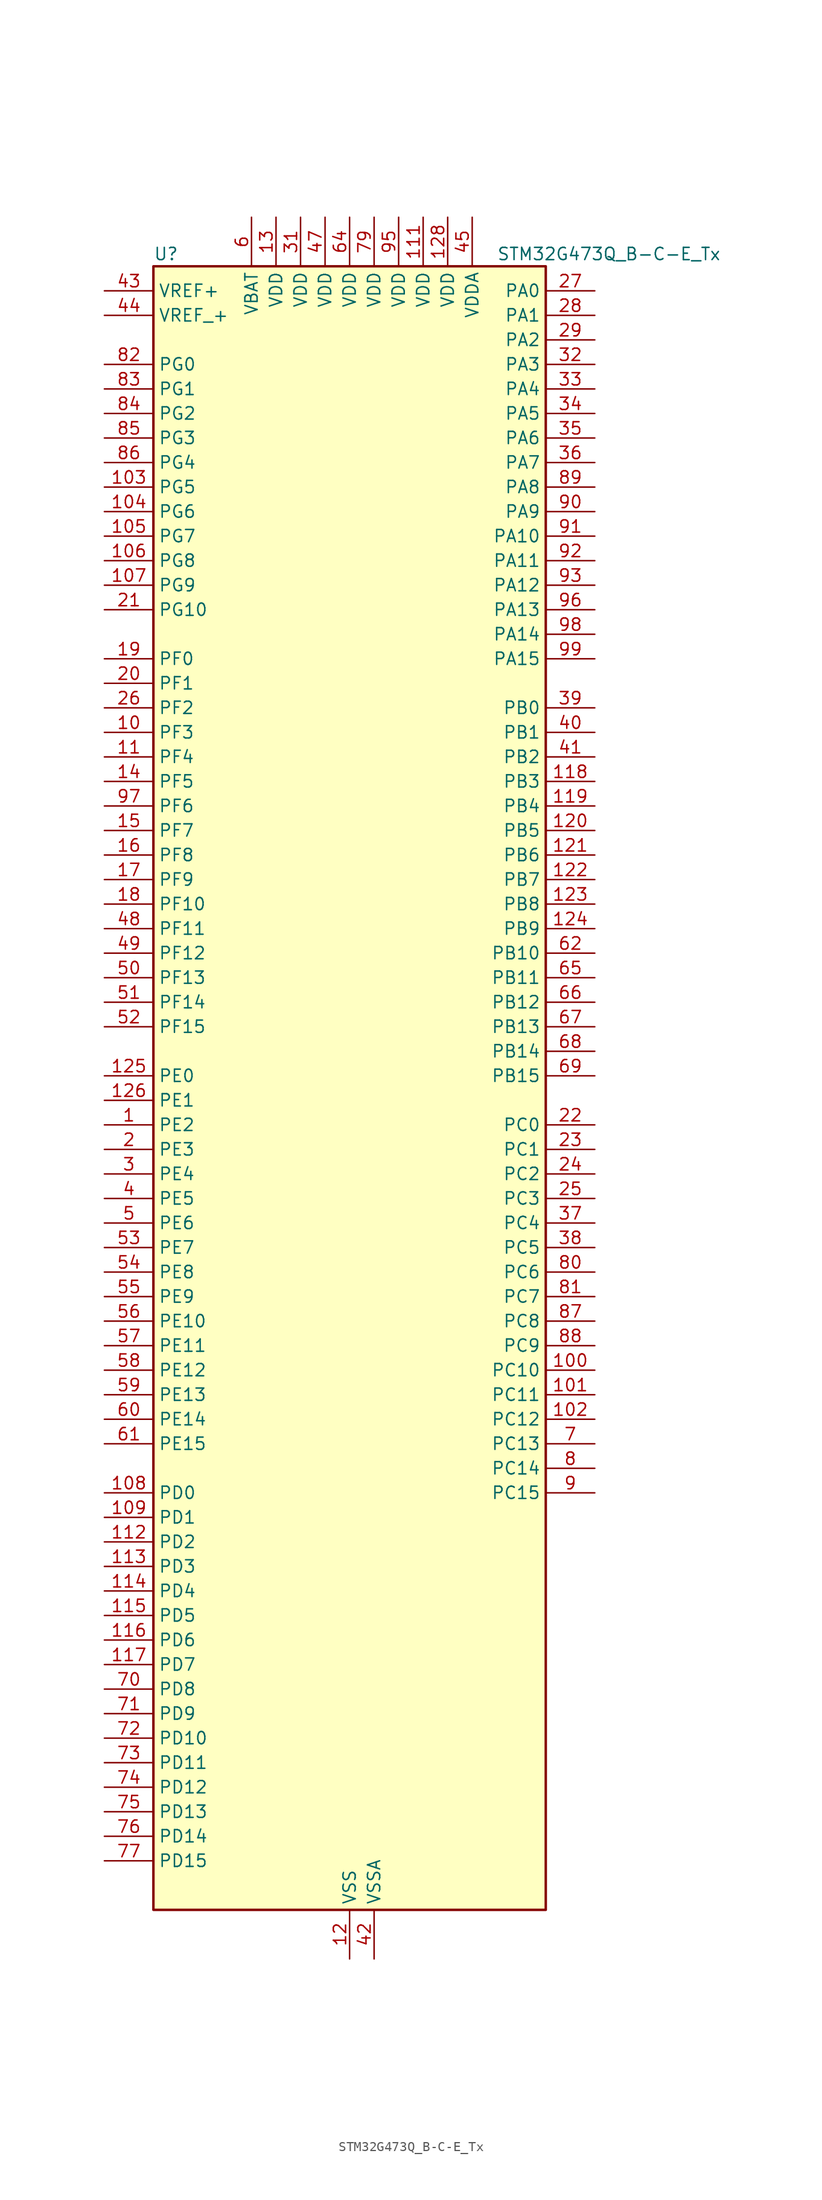
<source format=kicad_sym>
(kicad_symbol_lib
  (version 20231120)
  (generator "kicad_symbol_editor")
  (generator_version "8.0")
  (symbol "STM32G473Q_B-C-E_Tx"
    (property "Reference" "U"
      (at -20.32 87.63 0)
      (effects (font (size 1.27 1.27)) (justify left)))
    (property "Value" "STM32G473Q_B-C-E_Tx"
      (at 15.24 87.63 0)
      (effects (font (size 1.27 1.27)) (justify left)))
    (property "ki_locked" ""
      (at 0 0 0)
      (effects (font (size 1.27 1.27))))
    (symbol "STM32G473Q_B-C-E_Tx_0_1"
      (rectangle (start -20.32 -83.82) (end 20.32 86.36) (stroke (width 0.254) (type default)) (fill (type background))))
    (symbol "STM32G473Q_B-C-E_Tx_1_1"
      (pin bidirectional line (at -25.4 -2.54 0) (length 5.08) (name "PE2" (effects (font (size 1.27 1.27)))) (number "1" (effects (font (size 1.27 1.27)))) (alternate "ADC3_EXTI2" bidirectional line) (alternate "ADC4_EXTI2" bidirectional line) (alternate "ADC5_EXTI2" bidirectional line) (alternate "FMC_A23" bidirectional line) (alternate "SAI1_CK1" bidirectional line) (alternate "SAI1_MCLK_A" bidirectional line) (alternate "SPI4_SCK" bidirectional line) (alternate "SYS_TRACECLK" bidirectional line) (alternate "TIM20_CH1" bidirectional line) (alternate "TIM3_CH1" bidirectional line))
      (pin bidirectional line (at -25.4 38.1 0) (length 5.08) (name "PF3" (effects (font (size 1.27 1.27)))) (number "10" (effects (font (size 1.27 1.27)))) (alternate "ADC3_EXTI3" bidirectional line) (alternate "ADC4_EXTI3" bidirectional line) (alternate "ADC5_EXTI3" bidirectional line) (alternate "FMC_A3" bidirectional line) (alternate "I2C3_SCL" bidirectional line) (alternate "TIM20_CH4" bidirectional line))
      (pin bidirectional line (at 25.4 -27.94 180) (length 5.08) (name "PC10" (effects (font (size 1.27 1.27)))) (number "100" (effects (font (size 1.27 1.27)))) (alternate "DAC1_EXTI10" bidirectional line) (alternate "DAC2_EXTI10" bidirectional line) (alternate "DAC3_EXTI10" bidirectional line) (alternate "DAC4_EXTI10" bidirectional line) (alternate "I2S3_CK" bidirectional line) (alternate "SPI3_SCK" bidirectional line) (alternate "TIM8_CH1N" bidirectional line) (alternate "UART4_TX" bidirectional line) (alternate "USART3_TX" bidirectional line))
      (pin bidirectional line (at 25.4 -30.48 180) (length 5.08) (name "PC11" (effects (font (size 1.27 1.27)))) (number "101" (effects (font (size 1.27 1.27)))) (alternate "ADC1_EXTI11" bidirectional line) (alternate "ADC2_EXTI11" bidirectional line) (alternate "I2C3_SDA" bidirectional line) (alternate "SPI3_MISO" bidirectional line) (alternate "TIM8_CH2N" bidirectional line) (alternate "UART4_RX" bidirectional line) (alternate "USART3_RX" bidirectional line))
      (pin bidirectional line (at 25.4 -33.02 180) (length 5.08) (name "PC12" (effects (font (size 1.27 1.27)))) (number "102" (effects (font (size 1.27 1.27)))) (alternate "I2S3_SD" bidirectional line) (alternate "SPI3_MOSI" bidirectional line) (alternate "TIM5_CH2" bidirectional line) (alternate "TIM8_CH3N" bidirectional line) (alternate "UART5_TX" bidirectional line) (alternate "UCPD1_FRSTX1" bidirectional line) (alternate "UCPD1_FRSTX2" bidirectional line) (alternate "USART3_CK" bidirectional line))
      (pin bidirectional line (at -25.4 63.5 0) (length 5.08) (name "PG5" (effects (font (size 1.27 1.27)))) (number "103" (effects (font (size 1.27 1.27)))) (alternate "FMC_A15" bidirectional line) (alternate "LPUART1_CTS" bidirectional line) (alternate "SPI1_NSS" bidirectional line) (alternate "TIM20_ETR" bidirectional line))
      (pin bidirectional line (at -25.4 60.96 0) (length 5.08) (name "PG6" (effects (font (size 1.27 1.27)))) (number "104" (effects (font (size 1.27 1.27)))) (alternate "FMC_INT" bidirectional line) (alternate "I2C3_SMBA" bidirectional line) (alternate "LPUART1_DE" bidirectional line) (alternate "LPUART1_RTS" bidirectional line) (alternate "TIM20_BKIN" bidirectional line))
      (pin bidirectional line (at -25.4 58.42 0) (length 5.08) (name "PG7" (effects (font (size 1.27 1.27)))) (number "105" (effects (font (size 1.27 1.27)))) (alternate "FMC_INT" bidirectional line) (alternate "I2C3_SCL" bidirectional line) (alternate "LPUART1_TX" bidirectional line) (alternate "SAI1_CK1" bidirectional line) (alternate "SAI1_MCLK_A" bidirectional line))
      (pin bidirectional line (at -25.4 55.88 0) (length 5.08) (name "PG8" (effects (font (size 1.27 1.27)))) (number "106" (effects (font (size 1.27 1.27)))) (alternate "FMC_NE3" bidirectional line) (alternate "I2C3_SDA" bidirectional line) (alternate "LPUART1_RX" bidirectional line))
      (pin bidirectional line (at -25.4 53.34 0) (length 5.08) (name "PG9" (effects (font (size 1.27 1.27)))) (number "107" (effects (font (size 1.27 1.27)))) (alternate "DAC1_EXTI9" bidirectional line) (alternate "DAC2_EXTI9" bidirectional line) (alternate "DAC3_EXTI9" bidirectional line) (alternate "DAC4_EXTI9" bidirectional line) (alternate "FMC_NCE" bidirectional line) (alternate "FMC_NE2" bidirectional line) (alternate "SPI3_SCK" bidirectional line) (alternate "TIM15_CH1N" bidirectional line) (alternate "USART1_TX" bidirectional line))
      (pin bidirectional line (at -25.4 -40.64 0) (length 5.08) (name "PD0" (effects (font (size 1.27 1.27)))) (number "108" (effects (font (size 1.27 1.27)))) (alternate "FDCAN1_RX" bidirectional line) (alternate "FMC_D2" bidirectional line) (alternate "FMC_DA2" bidirectional line) (alternate "TIM8_CH4N" bidirectional line))
      (pin bidirectional line (at -25.4 -43.18 0) (length 5.08) (name "PD1" (effects (font (size 1.27 1.27)))) (number "109" (effects (font (size 1.27 1.27)))) (alternate "FDCAN1_TX" bidirectional line) (alternate "FMC_D3" bidirectional line) (alternate "FMC_DA3" bidirectional line) (alternate "TIM8_BKIN2" bidirectional line) (alternate "TIM8_CH4" bidirectional line))
      (pin bidirectional line (at -25.4 35.56 0) (length 5.08) (name "PF4" (effects (font (size 1.27 1.27)))) (number "11" (effects (font (size 1.27 1.27)))) (alternate "COMP1_OUT" bidirectional line) (alternate "FMC_A4" bidirectional line) (alternate "I2C3_SDA" bidirectional line) (alternate "TIM20_CH1N" bidirectional line))
      (pin passive line (at 0 -88.9 90) (length 5.08) hide (name "VSS" (effects (font (size 1.27 1.27)))) (number "110" (effects (font (size 1.27 1.27)))))
      (pin power_in line (at 7.62 91.44 270) (length 5.08) (name "VDD" (effects (font (size 1.27 1.27)))) (number "111" (effects (font (size 1.27 1.27)))))
      (pin bidirectional line (at -25.4 -45.72 0) (length 5.08) (name "PD2" (effects (font (size 1.27 1.27)))) (number "112" (effects (font (size 1.27 1.27)))) (alternate "ADC3_EXTI2" bidirectional line) (alternate "ADC4_EXTI2" bidirectional line) (alternate "ADC5_EXTI2" bidirectional line) (alternate "TIM3_ETR" bidirectional line) (alternate "TIM8_BKIN" bidirectional line) (alternate "UART5_RX" bidirectional line))
      (pin bidirectional line (at -25.4 -48.26 0) (length 5.08) (name "PD3" (effects (font (size 1.27 1.27)))) (number "113" (effects (font (size 1.27 1.27)))) (alternate "ADC3_EXTI3" bidirectional line) (alternate "ADC4_EXTI3" bidirectional line) (alternate "ADC5_EXTI3" bidirectional line) (alternate "FMC_CLK" bidirectional line) (alternate "QUADSPI1_BK2_NCS" bidirectional line) (alternate "TIM2_CH1" bidirectional line) (alternate "TIM2_ETR" bidirectional line) (alternate "USART2_CTS" bidirectional line) (alternate "USART2_NSS" bidirectional line))
      (pin bidirectional line (at -25.4 -50.8 0) (length 5.08) (name "PD4" (effects (font (size 1.27 1.27)))) (number "114" (effects (font (size 1.27 1.27)))) (alternate "FMC_NOE" bidirectional line) (alternate "QUADSPI1_BK2_IO0" bidirectional line) (alternate "TIM2_CH2" bidirectional line) (alternate "USART2_DE" bidirectional line) (alternate "USART2_RTS" bidirectional line))
      (pin bidirectional line (at -25.4 -53.34 0) (length 5.08) (name "PD5" (effects (font (size 1.27 1.27)))) (number "115" (effects (font (size 1.27 1.27)))) (alternate "FMC_NWE" bidirectional line) (alternate "QUADSPI1_BK2_IO1" bidirectional line) (alternate "USART2_TX" bidirectional line))
      (pin bidirectional line (at -25.4 -55.88 0) (length 5.08) (name "PD6" (effects (font (size 1.27 1.27)))) (number "116" (effects (font (size 1.27 1.27)))) (alternate "FMC_NWAIT" bidirectional line) (alternate "QUADSPI1_BK2_IO2" bidirectional line) (alternate "SAI1_D1" bidirectional line) (alternate "SAI1_SD_A" bidirectional line) (alternate "TIM2_CH4" bidirectional line) (alternate "USART2_RX" bidirectional line))
      (pin bidirectional line (at -25.4 -58.42 0) (length 5.08) (name "PD7" (effects (font (size 1.27 1.27)))) (number "117" (effects (font (size 1.27 1.27)))) (alternate "FMC_NCE" bidirectional line) (alternate "FMC_NE1" bidirectional line) (alternate "QUADSPI1_BK2_IO3" bidirectional line) (alternate "TIM2_CH3" bidirectional line) (alternate "USART2_CK" bidirectional line))
      (pin bidirectional line (at 25.4 33.02 180) (length 5.08) (name "PB3" (effects (font (size 1.27 1.27)))) (number "118" (effects (font (size 1.27 1.27)))) (alternate "ADC3_EXTI3" bidirectional line) (alternate "ADC4_EXTI3" bidirectional line) (alternate "ADC5_EXTI3" bidirectional line) (alternate "CRS_SYNC" bidirectional line) (alternate "FDCAN3_RX" bidirectional line) (alternate "I2S3_CK" bidirectional line) (alternate "SAI1_SCK_B" bidirectional line) (alternate "SPI1_SCK" bidirectional line) (alternate "SPI3_SCK" bidirectional line) (alternate "SYS_JTDO-SWO" bidirectional line) (alternate "TIM2_CH2" bidirectional line) (alternate "TIM3_ETR" bidirectional line) (alternate "TIM4_ETR" bidirectional line) (alternate "TIM8_CH1N" bidirectional line) (alternate "USART2_TX" bidirectional line))
      (pin bidirectional line (at 25.4 30.48 180) (length 5.08) (name "PB4" (effects (font (size 1.27 1.27)))) (number "119" (effects (font (size 1.27 1.27)))) (alternate "FDCAN3_TX" bidirectional line) (alternate "SAI1_MCLK_B" bidirectional line) (alternate "SPI1_MISO" bidirectional line) (alternate "SPI3_MISO" bidirectional line) (alternate "SYS_JTRST" bidirectional line) (alternate "TIM16_CH1" bidirectional line) (alternate "TIM17_BKIN" bidirectional line) (alternate "TIM3_CH1" bidirectional line) (alternate "TIM8_CH2N" bidirectional line) (alternate "UART5_DE" bidirectional line) (alternate "UART5_RTS" bidirectional line) (alternate "UCPD1_CC2" bidirectional line) (alternate "USART2_RX" bidirectional line))
      (pin power_in line (at 0 -88.9 90) (length 5.08) (name "VSS" (effects (font (size 1.27 1.27)))) (number "12" (effects (font (size 1.27 1.27)))))
      (pin bidirectional line (at 25.4 27.94 180) (length 5.08) (name "PB5" (effects (font (size 1.27 1.27)))) (number "120" (effects (font (size 1.27 1.27)))) (alternate "FDCAN2_RX" bidirectional line) (alternate "I2C1_SMBA" bidirectional line) (alternate "I2C3_SDA" bidirectional line) (alternate "I2S3_SD" bidirectional line) (alternate "LPTIM1_IN1" bidirectional line) (alternate "SAI1_SD_B" bidirectional line) (alternate "SPI1_MOSI" bidirectional line) (alternate "SPI3_MOSI" bidirectional line) (alternate "TIM16_BKIN" bidirectional line) (alternate "TIM17_CH1" bidirectional line) (alternate "TIM3_CH2" bidirectional line) (alternate "TIM8_CH3N" bidirectional line) (alternate "UART5_CTS" bidirectional line) (alternate "USART2_CK" bidirectional line))
      (pin bidirectional line (at 25.4 25.4 180) (length 5.08) (name "PB6" (effects (font (size 1.27 1.27)))) (number "121" (effects (font (size 1.27 1.27)))) (alternate "COMP4_OUT" bidirectional line) (alternate "FDCAN2_TX" bidirectional line) (alternate "LPTIM1_ETR" bidirectional line) (alternate "SAI1_FS_B" bidirectional line) (alternate "TIM16_CH1N" bidirectional line) (alternate "TIM4_CH1" bidirectional line) (alternate "TIM8_BKIN2" bidirectional line) (alternate "TIM8_CH1" bidirectional line) (alternate "TIM8_ETR" bidirectional line) (alternate "UCPD1_CC1" bidirectional line) (alternate "USART1_TX" bidirectional line))
      (pin bidirectional line (at 25.4 22.86 180) (length 5.08) (name "PB7" (effects (font (size 1.27 1.27)))) (number "122" (effects (font (size 1.27 1.27)))) (alternate "COMP3_OUT" bidirectional line) (alternate "FMC_NL" bidirectional line) (alternate "I2C1_SDA" bidirectional line) (alternate "I2C4_SDA" bidirectional line) (alternate "LPTIM1_IN2" bidirectional line) (alternate "SYS_PVD_IN" bidirectional line) (alternate "TIM17_CH1N" bidirectional line) (alternate "TIM3_CH4" bidirectional line) (alternate "TIM4_CH2" bidirectional line) (alternate "TIM8_BKIN" bidirectional line) (alternate "UART4_CTS" bidirectional line) (alternate "USART1_RX" bidirectional line))
      (pin bidirectional line (at 25.4 20.32 180) (length 5.08) (name "PB8" (effects (font (size 1.27 1.27)))) (number "123" (effects (font (size 1.27 1.27)))) (alternate "COMP1_OUT" bidirectional line) (alternate "FDCAN1_RX" bidirectional line) (alternate "I2C1_SCL" bidirectional line) (alternate "SAI1_CK1" bidirectional line) (alternate "SAI1_MCLK_A" bidirectional line) (alternate "TIM16_CH1" bidirectional line) (alternate "TIM1_BKIN" bidirectional line) (alternate "TIM4_CH3" bidirectional line) (alternate "TIM8_CH2" bidirectional line) (alternate "USART3_RX" bidirectional line))
      (pin bidirectional line (at 25.4 17.78 180) (length 5.08) (name "PB9" (effects (font (size 1.27 1.27)))) (number "124" (effects (font (size 1.27 1.27)))) (alternate "COMP2_OUT" bidirectional line) (alternate "DAC1_EXTI9" bidirectional line) (alternate "DAC2_EXTI9" bidirectional line) (alternate "DAC3_EXTI9" bidirectional line) (alternate "DAC4_EXTI9" bidirectional line) (alternate "FDCAN1_TX" bidirectional line) (alternate "I2C1_SDA" bidirectional line) (alternate "IR_OUT" bidirectional line) (alternate "SAI1_D2" bidirectional line) (alternate "SAI1_FS_A" bidirectional line) (alternate "TIM17_CH1" bidirectional line) (alternate "TIM1_CH3N" bidirectional line) (alternate "TIM4_CH4" bidirectional line) (alternate "TIM8_CH3" bidirectional line) (alternate "USART3_TX" bidirectional line))
      (pin bidirectional line (at -25.4 2.54 0) (length 5.08) (name "PE0" (effects (font (size 1.27 1.27)))) (number "125" (effects (font (size 1.27 1.27)))) (alternate "FMC_NBL0" bidirectional line) (alternate "TIM16_CH1" bidirectional line) (alternate "TIM20_CH4N" bidirectional line) (alternate "TIM20_ETR" bidirectional line) (alternate "TIM4_ETR" bidirectional line) (alternate "USART1_TX" bidirectional line))
      (pin bidirectional line (at -25.4 0 0) (length 5.08) (name "PE1" (effects (font (size 1.27 1.27)))) (number "126" (effects (font (size 1.27 1.27)))) (alternate "FMC_NBL1" bidirectional line) (alternate "TIM17_CH1" bidirectional line) (alternate "TIM20_CH4" bidirectional line) (alternate "USART1_RX" bidirectional line))
      (pin passive line (at 0 -88.9 90) (length 5.08) hide (name "VSS" (effects (font (size 1.27 1.27)))) (number "127" (effects (font (size 1.27 1.27)))))
      (pin power_in line (at 10.16 91.44 270) (length 5.08) (name "VDD" (effects (font (size 1.27 1.27)))) (number "128" (effects (font (size 1.27 1.27)))))
      (pin power_in line (at -7.62 91.44 270) (length 5.08) (name "VDD" (effects (font (size 1.27 1.27)))) (number "13" (effects (font (size 1.27 1.27)))))
      (pin bidirectional line (at -25.4 33.02 0) (length 5.08) (name "PF5" (effects (font (size 1.27 1.27)))) (number "14" (effects (font (size 1.27 1.27)))) (alternate "FMC_A5" bidirectional line) (alternate "TIM20_CH2N" bidirectional line))
      (pin bidirectional line (at -25.4 27.94 0) (length 5.08) (name "PF7" (effects (font (size 1.27 1.27)))) (number "15" (effects (font (size 1.27 1.27)))) (alternate "FMC_A1" bidirectional line) (alternate "QUADSPI1_BK1_IO2" bidirectional line) (alternate "SAI1_MCLK_B" bidirectional line) (alternate "TIM20_BKIN" bidirectional line) (alternate "TIM5_CH2" bidirectional line))
      (pin bidirectional line (at -25.4 25.4 0) (length 5.08) (name "PF8" (effects (font (size 1.27 1.27)))) (number "16" (effects (font (size 1.27 1.27)))) (alternate "FMC_A24" bidirectional line) (alternate "QUADSPI1_BK1_IO0" bidirectional line) (alternate "SAI1_SCK_B" bidirectional line) (alternate "TIM20_BKIN2" bidirectional line) (alternate "TIM5_CH3" bidirectional line))
      (pin bidirectional line (at -25.4 22.86 0) (length 5.08) (name "PF9" (effects (font (size 1.27 1.27)))) (number "17" (effects (font (size 1.27 1.27)))) (alternate "DAC1_EXTI9" bidirectional line) (alternate "DAC2_EXTI9" bidirectional line) (alternate "DAC3_EXTI9" bidirectional line) (alternate "DAC4_EXTI9" bidirectional line) (alternate "FMC_A25" bidirectional line) (alternate "QUADSPI1_BK1_IO1" bidirectional line) (alternate "SAI1_FS_B" bidirectional line) (alternate "SPI2_SCK" bidirectional line) (alternate "TIM15_CH1" bidirectional line) (alternate "TIM20_BKIN" bidirectional line) (alternate "TIM5_CH4" bidirectional line))
      (pin bidirectional line (at -25.4 20.32 0) (length 5.08) (name "PF10" (effects (font (size 1.27 1.27)))) (number "18" (effects (font (size 1.27 1.27)))) (alternate "DAC1_EXTI10" bidirectional line) (alternate "DAC2_EXTI10" bidirectional line) (alternate "DAC3_EXTI10" bidirectional line) (alternate "DAC4_EXTI10" bidirectional line) (alternate "FMC_A0" bidirectional line) (alternate "QUADSPI1_CLK" bidirectional line) (alternate "SAI1_D3" bidirectional line) (alternate "SPI2_SCK" bidirectional line) (alternate "TIM15_CH2" bidirectional line) (alternate "TIM20_BKIN2" bidirectional line))
      (pin bidirectional line (at -25.4 45.72 0) (length 5.08) (name "PF0" (effects (font (size 1.27 1.27)))) (number "19" (effects (font (size 1.27 1.27)))) (alternate "ADC1_IN10" bidirectional line) (alternate "I2C2_SDA" bidirectional line) (alternate "I2S2_WS" bidirectional line) (alternate "RCC_OSC_IN" bidirectional line) (alternate "SPI2_NSS" bidirectional line) (alternate "TIM1_CH3N" bidirectional line))
      (pin bidirectional line (at -25.4 -5.08 0) (length 5.08) (name "PE3" (effects (font (size 1.27 1.27)))) (number "2" (effects (font (size 1.27 1.27)))) (alternate "ADC3_EXTI3" bidirectional line) (alternate "ADC4_EXTI3" bidirectional line) (alternate "ADC5_EXTI3" bidirectional line) (alternate "FMC_A19" bidirectional line) (alternate "SAI1_SD_B" bidirectional line) (alternate "SPI4_NSS" bidirectional line) (alternate "SYS_TRACED0" bidirectional line) (alternate "TIM20_CH2" bidirectional line) (alternate "TIM3_CH2" bidirectional line))
      (pin bidirectional line (at -25.4 43.18 0) (length 5.08) (name "PF1" (effects (font (size 1.27 1.27)))) (number "20" (effects (font (size 1.27 1.27)))) (alternate "ADC2_IN10" bidirectional line) (alternate "COMP3_INM" bidirectional line) (alternate "I2S2_CK" bidirectional line) (alternate "RCC_OSC_OUT" bidirectional line) (alternate "SPI2_SCK" bidirectional line))
      (pin bidirectional line (at -25.4 50.8 0) (length 5.08) (name "PG10" (effects (font (size 1.27 1.27)))) (number "21" (effects (font (size 1.27 1.27)))) (alternate "DAC1_EXTI10" bidirectional line) (alternate "DAC2_EXTI10" bidirectional line) (alternate "DAC3_EXTI10" bidirectional line) (alternate "DAC4_EXTI10" bidirectional line) (alternate "RCC_MCO" bidirectional line))
      (pin bidirectional line (at 25.4 -2.54 180) (length 5.08) (name "PC0" (effects (font (size 1.27 1.27)))) (number "22" (effects (font (size 1.27 1.27)))) (alternate "ADC1_IN6" bidirectional line) (alternate "ADC2_IN6" bidirectional line) (alternate "COMP3_INM" bidirectional line) (alternate "LPTIM1_IN1" bidirectional line) (alternate "LPUART1_RX" bidirectional line) (alternate "TIM1_CH1" bidirectional line))
      (pin bidirectional line (at 25.4 -5.08 180) (length 5.08) (name "PC1" (effects (font (size 1.27 1.27)))) (number "23" (effects (font (size 1.27 1.27)))) (alternate "ADC1_IN7" bidirectional line) (alternate "ADC2_IN7" bidirectional line) (alternate "COMP3_INP" bidirectional line) (alternate "LPTIM1_OUT" bidirectional line) (alternate "LPUART1_TX" bidirectional line) (alternate "QUADSPI1_BK2_IO0" bidirectional line) (alternate "SAI1_SD_A" bidirectional line) (alternate "TIM1_CH2" bidirectional line))
      (pin bidirectional line (at 25.4 -7.62 180) (length 5.08) (name "PC2" (effects (font (size 1.27 1.27)))) (number "24" (effects (font (size 1.27 1.27)))) (alternate "ADC1_IN8" bidirectional line) (alternate "ADC2_IN8" bidirectional line) (alternate "ADC3_EXTI2" bidirectional line) (alternate "ADC4_EXTI2" bidirectional line) (alternate "ADC5_EXTI2" bidirectional line) (alternate "COMP3_OUT" bidirectional line) (alternate "LPTIM1_IN2" bidirectional line) (alternate "QUADSPI1_BK2_IO1" bidirectional line) (alternate "TIM1_CH3" bidirectional line) (alternate "TIM20_CH2" bidirectional line))
      (pin bidirectional line (at 25.4 -10.16 180) (length 5.08) (name "PC3" (effects (font (size 1.27 1.27)))) (number "25" (effects (font (size 1.27 1.27)))) (alternate "ADC1_IN9" bidirectional line) (alternate "ADC2_IN9" bidirectional line) (alternate "ADC3_EXTI3" bidirectional line) (alternate "ADC4_EXTI3" bidirectional line) (alternate "ADC5_EXTI3" bidirectional line) (alternate "LPTIM1_ETR" bidirectional line) (alternate "OPAMP5_VINP" bidirectional line) (alternate "OPAMP5_VINP_SEC" bidirectional line) (alternate "QUADSPI1_BK2_IO2" bidirectional line) (alternate "SAI1_D1" bidirectional line) (alternate "SAI1_SD_A" bidirectional line) (alternate "TIM1_BKIN2" bidirectional line) (alternate "TIM1_CH4" bidirectional line))
      (pin bidirectional line (at -25.4 40.64 0) (length 5.08) (name "PF2" (effects (font (size 1.27 1.27)))) (number "26" (effects (font (size 1.27 1.27)))) (alternate "ADC3_EXTI2" bidirectional line) (alternate "ADC4_EXTI2" bidirectional line) (alternate "ADC5_EXTI2" bidirectional line) (alternate "FMC_A2" bidirectional line) (alternate "I2C2_SMBA" bidirectional line) (alternate "TIM20_CH3" bidirectional line))
      (pin bidirectional line (at 25.4 83.82 180) (length 5.08) (name "PA0" (effects (font (size 1.27 1.27)))) (number "27" (effects (font (size 1.27 1.27)))) (alternate "ADC1_IN1" bidirectional line) (alternate "ADC2_IN1" bidirectional line) (alternate "COMP1_INM" bidirectional line) (alternate "COMP1_OUT" bidirectional line) (alternate "COMP3_INP" bidirectional line) (alternate "RTC_TAMP2" bidirectional line) (alternate "SYS_WKUP1" bidirectional line) (alternate "TIM2_CH1" bidirectional line) (alternate "TIM2_ETR" bidirectional line) (alternate "TIM5_CH1" bidirectional line) (alternate "TIM8_BKIN" bidirectional line) (alternate "TIM8_ETR" bidirectional line) (alternate "USART2_CTS" bidirectional line) (alternate "USART2_NSS" bidirectional line))
      (pin bidirectional line (at 25.4 81.28 180) (length 5.08) (name "PA1" (effects (font (size 1.27 1.27)))) (number "28" (effects (font (size 1.27 1.27)))) (alternate "ADC1_IN2" bidirectional line) (alternate "ADC2_IN2" bidirectional line) (alternate "COMP1_INP" bidirectional line) (alternate "OPAMP1_VINP" bidirectional line) (alternate "OPAMP1_VINP_SEC" bidirectional line) (alternate "OPAMP3_VINP" bidirectional line) (alternate "OPAMP3_VINP_SEC" bidirectional line) (alternate "OPAMP6_VINM" bidirectional line) (alternate "OPAMP6_VINM0" bidirectional line) (alternate "OPAMP6_VINM_SEC" bidirectional line) (alternate "RTC_REFIN" bidirectional line) (alternate "TIM15_CH1N" bidirectional line) (alternate "TIM2_CH2" bidirectional line) (alternate "TIM5_CH2" bidirectional line) (alternate "USART2_DE" bidirectional line) (alternate "USART2_RTS" bidirectional line))
      (pin bidirectional line (at 25.4 78.74 180) (length 5.08) (name "PA2" (effects (font (size 1.27 1.27)))) (number "29" (effects (font (size 1.27 1.27)))) (alternate "ADC1_IN3" bidirectional line) (alternate "ADC3_EXTI2" bidirectional line) (alternate "ADC4_EXTI2" bidirectional line) (alternate "ADC5_EXTI2" bidirectional line) (alternate "COMP2_INM" bidirectional line) (alternate "COMP2_OUT" bidirectional line) (alternate "LPUART1_TX" bidirectional line) (alternate "OPAMP1_VOUT" bidirectional line) (alternate "QUADSPI1_BK1_NCS" bidirectional line) (alternate "RCC_LSCO" bidirectional line) (alternate "SYS_WKUP4" bidirectional line) (alternate "TIM15_CH1" bidirectional line) (alternate "TIM2_CH3" bidirectional line) (alternate "TIM5_CH3" bidirectional line) (alternate "UCPD1_FRSTX1" bidirectional line) (alternate "UCPD1_FRSTX2" bidirectional line) (alternate "USART2_TX" bidirectional line))
      (pin bidirectional line (at -25.4 -7.62 0) (length 5.08) (name "PE4" (effects (font (size 1.27 1.27)))) (number "3" (effects (font (size 1.27 1.27)))) (alternate "FMC_A20" bidirectional line) (alternate "SAI1_D2" bidirectional line) (alternate "SAI1_FS_A" bidirectional line) (alternate "SPI4_NSS" bidirectional line) (alternate "SYS_TRACED1" bidirectional line) (alternate "TIM20_CH1N" bidirectional line) (alternate "TIM3_CH3" bidirectional line))
      (pin passive line (at 0 -88.9 90) (length 5.08) hide (name "VSS" (effects (font (size 1.27 1.27)))) (number "30" (effects (font (size 1.27 1.27)))))
      (pin power_in line (at -5.08 91.44 270) (length 5.08) (name "VDD" (effects (font (size 1.27 1.27)))) (number "31" (effects (font (size 1.27 1.27)))))
      (pin bidirectional line (at 25.4 76.2 180) (length 5.08) (name "PA3" (effects (font (size 1.27 1.27)))) (number "32" (effects (font (size 1.27 1.27)))) (alternate "ADC1_IN4" bidirectional line) (alternate "ADC3_EXTI3" bidirectional line) (alternate "ADC4_EXTI3" bidirectional line) (alternate "ADC5_EXTI3" bidirectional line) (alternate "COMP2_INP" bidirectional line) (alternate "LPUART1_RX" bidirectional line) (alternate "OPAMP1_VINM" bidirectional line) (alternate "OPAMP1_VINM0" bidirectional line) (alternate "OPAMP1_VINM_SEC" bidirectional line) (alternate "OPAMP1_VINP" bidirectional line) (alternate "OPAMP1_VINP_SEC" bidirectional line) (alternate "OPAMP5_VINM" bidirectional line) (alternate "OPAMP5_VINM1" bidirectional line) (alternate "OPAMP5_VINM_SEC" bidirectional line) (alternate "QUADSPI1_CLK" bidirectional line) (alternate "SAI1_CK1" bidirectional line) (alternate "SAI1_MCLK_A" bidirectional line) (alternate "TIM15_CH2" bidirectional line) (alternate "TIM2_CH4" bidirectional line) (alternate "TIM5_CH4" bidirectional line) (alternate "USART2_RX" bidirectional line))
      (pin bidirectional line (at 25.4 73.66 180) (length 5.08) (name "PA4" (effects (font (size 1.27 1.27)))) (number "33" (effects (font (size 1.27 1.27)))) (alternate "ADC2_IN17" bidirectional line) (alternate "COMP1_INM" bidirectional line) (alternate "DAC1_OUT1" bidirectional line) (alternate "I2S3_WS" bidirectional line) (alternate "SAI1_FS_B" bidirectional line) (alternate "SPI1_NSS" bidirectional line) (alternate "SPI3_NSS" bidirectional line) (alternate "TIM3_CH2" bidirectional line) (alternate "USART2_CK" bidirectional line))
      (pin bidirectional line (at 25.4 71.12 180) (length 5.08) (name "PA5" (effects (font (size 1.27 1.27)))) (number "34" (effects (font (size 1.27 1.27)))) (alternate "ADC2_IN13" bidirectional line) (alternate "COMP2_INM" bidirectional line) (alternate "DAC1_OUT2" bidirectional line) (alternate "OPAMP2_VINM" bidirectional line) (alternate "OPAMP2_VINM0" bidirectional line) (alternate "OPAMP2_VINM_SEC" bidirectional line) (alternate "SPI1_SCK" bidirectional line) (alternate "TIM2_CH1" bidirectional line) (alternate "TIM2_ETR" bidirectional line) (alternate "UCPD1_FRSTX1" bidirectional line) (alternate "UCPD1_FRSTX2" bidirectional line))
      (pin bidirectional line (at 25.4 68.58 180) (length 5.08) (name "PA6" (effects (font (size 1.27 1.27)))) (number "35" (effects (font (size 1.27 1.27)))) (alternate "ADC2_IN3" bidirectional line) (alternate "COMP1_OUT" bidirectional line) (alternate "DAC2_OUT1" bidirectional line) (alternate "LPUART1_CTS" bidirectional line) (alternate "OPAMP2_VOUT" bidirectional line) (alternate "QUADSPI1_BK1_IO3" bidirectional line) (alternate "SPI1_MISO" bidirectional line) (alternate "TIM16_CH1" bidirectional line) (alternate "TIM1_BKIN" bidirectional line) (alternate "TIM3_CH1" bidirectional line) (alternate "TIM8_BKIN" bidirectional line))
      (pin bidirectional line (at 25.4 66.04 180) (length 5.08) (name "PA7" (effects (font (size 1.27 1.27)))) (number "36" (effects (font (size 1.27 1.27)))) (alternate "ADC2_IN4" bidirectional line) (alternate "COMP2_INP" bidirectional line) (alternate "COMP2_OUT" bidirectional line) (alternate "OPAMP1_VINP" bidirectional line) (alternate "OPAMP1_VINP_SEC" bidirectional line) (alternate "OPAMP2_VINP" bidirectional line) (alternate "OPAMP2_VINP_SEC" bidirectional line) (alternate "QUADSPI1_BK1_IO2" bidirectional line) (alternate "SPI1_MOSI" bidirectional line) (alternate "TIM17_CH1" bidirectional line) (alternate "TIM1_CH1N" bidirectional line) (alternate "TIM3_CH2" bidirectional line) (alternate "TIM8_CH1N" bidirectional line) (alternate "UCPD1_FRSTX1" bidirectional line) (alternate "UCPD1_FRSTX2" bidirectional line))
      (pin bidirectional line (at 25.4 -12.7 180) (length 5.08) (name "PC4" (effects (font (size 1.27 1.27)))) (number "37" (effects (font (size 1.27 1.27)))) (alternate "ADC2_IN5" bidirectional line) (alternate "I2C2_SCL" bidirectional line) (alternate "QUADSPI1_BK2_IO3" bidirectional line) (alternate "TIM1_ETR" bidirectional line) (alternate "USART1_TX" bidirectional line))
      (pin bidirectional line (at 25.4 -15.24 180) (length 5.08) (name "PC5" (effects (font (size 1.27 1.27)))) (number "38" (effects (font (size 1.27 1.27)))) (alternate "ADC2_IN11" bidirectional line) (alternate "OPAMP1_VINM" bidirectional line) (alternate "OPAMP1_VINM1" bidirectional line) (alternate "OPAMP1_VINM_SEC" bidirectional line) (alternate "OPAMP2_VINM" bidirectional line) (alternate "OPAMP2_VINM1" bidirectional line) (alternate "OPAMP2_VINM_SEC" bidirectional line) (alternate "SAI1_D3" bidirectional line) (alternate "SYS_WKUP5" bidirectional line) (alternate "TIM15_BKIN" bidirectional line) (alternate "TIM1_CH4N" bidirectional line) (alternate "USART1_RX" bidirectional line))
      (pin bidirectional line (at 25.4 40.64 180) (length 5.08) (name "PB0" (effects (font (size 1.27 1.27)))) (number "39" (effects (font (size 1.27 1.27)))) (alternate "ADC1_IN15" bidirectional line) (alternate "ADC3_IN12" bidirectional line) (alternate "COMP4_INP" bidirectional line) (alternate "OPAMP2_VINP" bidirectional line) (alternate "OPAMP2_VINP_SEC" bidirectional line) (alternate "OPAMP3_VINP" bidirectional line) (alternate "OPAMP3_VINP_SEC" bidirectional line) (alternate "QUADSPI1_BK1_IO1" bidirectional line) (alternate "TIM1_CH2N" bidirectional line) (alternate "TIM3_CH3" bidirectional line) (alternate "TIM8_CH2N" bidirectional line) (alternate "UCPD1_FRSTX1" bidirectional line) (alternate "UCPD1_FRSTX2" bidirectional line))
      (pin bidirectional line (at -25.4 -10.16 0) (length 5.08) (name "PE5" (effects (font (size 1.27 1.27)))) (number "4" (effects (font (size 1.27 1.27)))) (alternate "FMC_A21" bidirectional line) (alternate "SAI1_CK2" bidirectional line) (alternate "SAI1_SCK_A" bidirectional line) (alternate "SPI4_MISO" bidirectional line) (alternate "SYS_TRACED2" bidirectional line) (alternate "TIM20_CH2N" bidirectional line) (alternate "TIM3_CH4" bidirectional line))
      (pin bidirectional line (at 25.4 38.1 180) (length 5.08) (name "PB1" (effects (font (size 1.27 1.27)))) (number "40" (effects (font (size 1.27 1.27)))) (alternate "ADC1_IN12" bidirectional line) (alternate "ADC3_IN1" bidirectional line) (alternate "COMP1_INP" bidirectional line) (alternate "COMP4_OUT" bidirectional line) (alternate "LPUART1_DE" bidirectional line) (alternate "LPUART1_RTS" bidirectional line) (alternate "OPAMP3_VOUT" bidirectional line) (alternate "OPAMP6_VINM" bidirectional line) (alternate "OPAMP6_VINM1" bidirectional line) (alternate "OPAMP6_VINM_SEC" bidirectional line) (alternate "QUADSPI1_BK1_IO0" bidirectional line) (alternate "TIM1_CH3N" bidirectional line) (alternate "TIM3_CH4" bidirectional line) (alternate "TIM8_CH3N" bidirectional line))
      (pin bidirectional line (at 25.4 35.56 180) (length 5.08) (name "PB2" (effects (font (size 1.27 1.27)))) (number "41" (effects (font (size 1.27 1.27)))) (alternate "ADC2_IN12" bidirectional line) (alternate "ADC3_EXTI2" bidirectional line) (alternate "ADC4_EXTI2" bidirectional line) (alternate "ADC5_EXTI2" bidirectional line) (alternate "COMP4_INM" bidirectional line) (alternate "I2C3_SMBA" bidirectional line) (alternate "LPTIM1_OUT" bidirectional line) (alternate "OPAMP3_VINM" bidirectional line) (alternate "OPAMP3_VINM0" bidirectional line) (alternate "OPAMP3_VINM_SEC" bidirectional line) (alternate "QUADSPI1_BK2_IO1" bidirectional line) (alternate "RTC_OUT2" bidirectional line) (alternate "TIM20_CH1" bidirectional line) (alternate "TIM5_CH1" bidirectional line))
      (pin power_in line (at 2.54 -88.9 90) (length 5.08) (name "VSSA" (effects (font (size 1.27 1.27)))) (number "42" (effects (font (size 1.27 1.27)))))
      (pin input line (at -25.4 83.82 0) (length 5.08) (name "VREF+" (effects (font (size 1.27 1.27)))) (number "43" (effects (font (size 1.27 1.27)))) (alternate "VREFBUF_OUT1" bidirectional line))
      (pin input line (at -25.4 81.28 0) (length 5.08) (name "VREF_+" (effects (font (size 1.27 1.27)))) (number "44" (effects (font (size 1.27 1.27)))) (alternate "VREFBUF_OUT2" bidirectional line))
      (pin power_in line (at 12.7 91.44 270) (length 5.08) (name "VDDA" (effects (font (size 1.27 1.27)))) (number "45" (effects (font (size 1.27 1.27)))))
      (pin passive line (at 0 -88.9 90) (length 5.08) hide (name "VSS" (effects (font (size 1.27 1.27)))) (number "46" (effects (font (size 1.27 1.27)))))
      (pin power_in line (at -2.54 91.44 270) (length 5.08) (name "VDD" (effects (font (size 1.27 1.27)))) (number "47" (effects (font (size 1.27 1.27)))))
      (pin bidirectional line (at -25.4 17.78 0) (length 5.08) (name "PF11" (effects (font (size 1.27 1.27)))) (number "48" (effects (font (size 1.27 1.27)))) (alternate "ADC1_EXTI11" bidirectional line) (alternate "ADC2_EXTI11" bidirectional line) (alternate "FMC_NE4" bidirectional line) (alternate "TIM20_ETR" bidirectional line))
      (pin bidirectional line (at -25.4 15.24 0) (length 5.08) (name "PF12" (effects (font (size 1.27 1.27)))) (number "49" (effects (font (size 1.27 1.27)))) (alternate "FMC_A6" bidirectional line) (alternate "TIM20_CH1" bidirectional line))
      (pin bidirectional line (at -25.4 -12.7 0) (length 5.08) (name "PE6" (effects (font (size 1.27 1.27)))) (number "5" (effects (font (size 1.27 1.27)))) (alternate "FMC_A22" bidirectional line) (alternate "RTC_TAMP3" bidirectional line) (alternate "SAI1_D1" bidirectional line) (alternate "SAI1_SD_A" bidirectional line) (alternate "SPI4_MOSI" bidirectional line) (alternate "SYS_TRACED3" bidirectional line) (alternate "SYS_WKUP3" bidirectional line) (alternate "TIM20_CH3N" bidirectional line))
      (pin bidirectional line (at -25.4 12.7 0) (length 5.08) (name "PF13" (effects (font (size 1.27 1.27)))) (number "50" (effects (font (size 1.27 1.27)))) (alternate "FMC_A7" bidirectional line) (alternate "I2C4_SMBA" bidirectional line) (alternate "TIM20_CH2" bidirectional line))
      (pin bidirectional line (at -25.4 10.16 0) (length 5.08) (name "PF14" (effects (font (size 1.27 1.27)))) (number "51" (effects (font (size 1.27 1.27)))) (alternate "FMC_A8" bidirectional line) (alternate "I2C4_SCL" bidirectional line) (alternate "TIM20_CH3" bidirectional line))
      (pin bidirectional line (at -25.4 7.62 0) (length 5.08) (name "PF15" (effects (font (size 1.27 1.27)))) (number "52" (effects (font (size 1.27 1.27)))) (alternate "ADC1_EXTI15" bidirectional line) (alternate "ADC2_EXTI15" bidirectional line) (alternate "FMC_A9" bidirectional line) (alternate "I2C4_SDA" bidirectional line) (alternate "TIM20_CH4" bidirectional line))
      (pin bidirectional line (at -25.4 -15.24 0) (length 5.08) (name "PE7" (effects (font (size 1.27 1.27)))) (number "53" (effects (font (size 1.27 1.27)))) (alternate "ADC3_IN4" bidirectional line) (alternate "COMP4_INP" bidirectional line) (alternate "FMC_D4" bidirectional line) (alternate "FMC_DA4" bidirectional line) (alternate "SAI1_SD_B" bidirectional line) (alternate "TIM1_ETR" bidirectional line))
      (pin bidirectional line (at -25.4 -17.78 0) (length 5.08) (name "PE8" (effects (font (size 1.27 1.27)))) (number "54" (effects (font (size 1.27 1.27)))) (alternate "ADC3_IN6" bidirectional line) (alternate "ADC4_IN6" bidirectional line) (alternate "ADC5_IN6" bidirectional line) (alternate "COMP4_INM" bidirectional line) (alternate "FMC_D5" bidirectional line) (alternate "FMC_DA5" bidirectional line) (alternate "SAI1_SCK_B" bidirectional line) (alternate "TIM1_CH1N" bidirectional line) (alternate "TIM5_CH3" bidirectional line))
      (pin bidirectional line (at -25.4 -20.32 0) (length 5.08) (name "PE9" (effects (font (size 1.27 1.27)))) (number "55" (effects (font (size 1.27 1.27)))) (alternate "ADC3_IN2" bidirectional line) (alternate "DAC1_EXTI9" bidirectional line) (alternate "DAC2_EXTI9" bidirectional line) (alternate "DAC3_EXTI9" bidirectional line) (alternate "DAC4_EXTI9" bidirectional line) (alternate "FMC_D6" bidirectional line) (alternate "FMC_DA6" bidirectional line) (alternate "SAI1_FS_B" bidirectional line) (alternate "TIM1_CH1" bidirectional line) (alternate "TIM5_CH4" bidirectional line))
      (pin bidirectional line (at -25.4 -22.86 0) (length 5.08) (name "PE10" (effects (font (size 1.27 1.27)))) (number "56" (effects (font (size 1.27 1.27)))) (alternate "ADC3_IN14" bidirectional line) (alternate "ADC4_IN14" bidirectional line) (alternate "ADC5_IN14" bidirectional line) (alternate "DAC1_EXTI10" bidirectional line) (alternate "DAC2_EXTI10" bidirectional line) (alternate "DAC3_EXTI10" bidirectional line) (alternate "DAC4_EXTI10" bidirectional line) (alternate "FMC_D7" bidirectional line) (alternate "FMC_DA7" bidirectional line) (alternate "QUADSPI1_CLK" bidirectional line) (alternate "SAI1_MCLK_B" bidirectional line) (alternate "TIM1_CH2N" bidirectional line))
      (pin bidirectional line (at -25.4 -25.4 0) (length 5.08) (name "PE11" (effects (font (size 1.27 1.27)))) (number "57" (effects (font (size 1.27 1.27)))) (alternate "ADC1_EXTI11" bidirectional line) (alternate "ADC2_EXTI11" bidirectional line) (alternate "ADC3_IN15" bidirectional line) (alternate "ADC4_IN15" bidirectional line) (alternate "ADC5_IN15" bidirectional line) (alternate "FMC_D8" bidirectional line) (alternate "FMC_DA8" bidirectional line) (alternate "QUADSPI1_BK1_NCS" bidirectional line) (alternate "SPI4_NSS" bidirectional line) (alternate "TIM1_CH2" bidirectional line))
      (pin bidirectional line (at -25.4 -27.94 0) (length 5.08) (name "PE12" (effects (font (size 1.27 1.27)))) (number "58" (effects (font (size 1.27 1.27)))) (alternate "ADC3_IN16" bidirectional line) (alternate "ADC4_IN16" bidirectional line) (alternate "ADC5_IN16" bidirectional line) (alternate "FMC_D9" bidirectional line) (alternate "FMC_DA9" bidirectional line) (alternate "QUADSPI1_BK1_IO0" bidirectional line) (alternate "SPI4_SCK" bidirectional line) (alternate "TIM1_CH3N" bidirectional line))
      (pin bidirectional line (at -25.4 -30.48 0) (length 5.08) (name "PE13" (effects (font (size 1.27 1.27)))) (number "59" (effects (font (size 1.27 1.27)))) (alternate "ADC3_IN3" bidirectional line) (alternate "FMC_D10" bidirectional line) (alternate "FMC_DA10" bidirectional line) (alternate "QUADSPI1_BK1_IO1" bidirectional line) (alternate "SPI4_MISO" bidirectional line) (alternate "TIM1_CH3" bidirectional line))
      (pin power_in line (at -10.16 91.44 270) (length 5.08) (name "VBAT" (effects (font (size 1.27 1.27)))) (number "6" (effects (font (size 1.27 1.27)))))
      (pin bidirectional line (at -25.4 -33.02 0) (length 5.08) (name "PE14" (effects (font (size 1.27 1.27)))) (number "60" (effects (font (size 1.27 1.27)))) (alternate "ADC4_IN1" bidirectional line) (alternate "FMC_D11" bidirectional line) (alternate "FMC_DA11" bidirectional line) (alternate "QUADSPI1_BK1_IO2" bidirectional line) (alternate "SPI4_MOSI" bidirectional line) (alternate "TIM1_BKIN2" bidirectional line) (alternate "TIM1_CH4" bidirectional line))
      (pin bidirectional line (at -25.4 -35.56 0) (length 5.08) (name "PE15" (effects (font (size 1.27 1.27)))) (number "61" (effects (font (size 1.27 1.27)))) (alternate "ADC1_EXTI15" bidirectional line) (alternate "ADC2_EXTI15" bidirectional line) (alternate "ADC4_IN2" bidirectional line) (alternate "FMC_D12" bidirectional line) (alternate "FMC_DA12" bidirectional line) (alternate "QUADSPI1_BK1_IO3" bidirectional line) (alternate "TIM1_BKIN" bidirectional line) (alternate "TIM1_CH4N" bidirectional line) (alternate "USART3_RX" bidirectional line))
      (pin bidirectional line (at 25.4 15.24 180) (length 5.08) (name "PB10" (effects (font (size 1.27 1.27)))) (number "62" (effects (font (size 1.27 1.27)))) (alternate "COMP5_INM" bidirectional line) (alternate "DAC1_EXTI10" bidirectional line) (alternate "DAC2_EXTI10" bidirectional line) (alternate "DAC3_EXTI10" bidirectional line) (alternate "DAC4_EXTI10" bidirectional line) (alternate "LPUART1_RX" bidirectional line) (alternate "OPAMP3_VINM" bidirectional line) (alternate "OPAMP3_VINM1" bidirectional line) (alternate "OPAMP3_VINM_SEC" bidirectional line) (alternate "OPAMP4_VINM" bidirectional line) (alternate "OPAMP4_VINM0" bidirectional line) (alternate "OPAMP4_VINM_SEC" bidirectional line) (alternate "QUADSPI1_CLK" bidirectional line) (alternate "SAI1_SCK_A" bidirectional line) (alternate "TIM1_BKIN" bidirectional line) (alternate "TIM2_CH3" bidirectional line) (alternate "USART3_TX" bidirectional line))
      (pin passive line (at 0 -88.9 90) (length 5.08) hide (name "VSS" (effects (font (size 1.27 1.27)))) (number "63" (effects (font (size 1.27 1.27)))))
      (pin power_in line (at 0 91.44 270) (length 5.08) (name "VDD" (effects (font (size 1.27 1.27)))) (number "64" (effects (font (size 1.27 1.27)))))
      (pin bidirectional line (at 25.4 12.7 180) (length 5.08) (name "PB11" (effects (font (size 1.27 1.27)))) (number "65" (effects (font (size 1.27 1.27)))) (alternate "ADC1_EXTI11" bidirectional line) (alternate "ADC1_IN14" bidirectional line) (alternate "ADC2_EXTI11" bidirectional line) (alternate "ADC2_IN14" bidirectional line) (alternate "COMP6_INP" bidirectional line) (alternate "LPUART1_TX" bidirectional line) (alternate "OPAMP4_VINP" bidirectional line) (alternate "OPAMP4_VINP_SEC" bidirectional line) (alternate "OPAMP6_VOUT" bidirectional line) (alternate "QUADSPI1_BK1_NCS" bidirectional line) (alternate "TIM2_CH4" bidirectional line) (alternate "USART3_RX" bidirectional line))
      (pin bidirectional line (at 25.4 10.16 180) (length 5.08) (name "PB12" (effects (font (size 1.27 1.27)))) (number "66" (effects (font (size 1.27 1.27)))) (alternate "ADC1_IN11" bidirectional line) (alternate "ADC4_IN3" bidirectional line) (alternate "COMP7_INM" bidirectional line) (alternate "FDCAN2_RX" bidirectional line) (alternate "I2C2_SMBA" bidirectional line) (alternate "I2S2_WS" bidirectional line) (alternate "LPUART1_DE" bidirectional line) (alternate "LPUART1_RTS" bidirectional line) (alternate "OPAMP4_VOUT" bidirectional line) (alternate "OPAMP6_VINP" bidirectional line) (alternate "OPAMP6_VINP_SEC" bidirectional line) (alternate "SPI2_NSS" bidirectional line) (alternate "TIM1_BKIN" bidirectional line) (alternate "TIM5_ETR" bidirectional line) (alternate "USART3_CK" bidirectional line))
      (pin bidirectional line (at 25.4 7.62 180) (length 5.08) (name "PB13" (effects (font (size 1.27 1.27)))) (number "67" (effects (font (size 1.27 1.27)))) (alternate "ADC3_IN5" bidirectional line) (alternate "COMP5_INP" bidirectional line) (alternate "FDCAN2_TX" bidirectional line) (alternate "I2S2_CK" bidirectional line) (alternate "LPUART1_CTS" bidirectional line) (alternate "OPAMP3_VINP" bidirectional line) (alternate "OPAMP3_VINP_SEC" bidirectional line) (alternate "OPAMP4_VINP" bidirectional line) (alternate "OPAMP4_VINP_SEC" bidirectional line) (alternate "OPAMP6_VINP" bidirectional line) (alternate "OPAMP6_VINP_SEC" bidirectional line) (alternate "SPI2_SCK" bidirectional line) (alternate "TIM1_CH1N" bidirectional line) (alternate "USART3_CTS" bidirectional line) (alternate "USART3_NSS" bidirectional line))
      (pin bidirectional line (at 25.4 5.08 180) (length 5.08) (name "PB14" (effects (font (size 1.27 1.27)))) (number "68" (effects (font (size 1.27 1.27)))) (alternate "ADC1_IN5" bidirectional line) (alternate "ADC4_IN4" bidirectional line) (alternate "COMP4_OUT" bidirectional line) (alternate "COMP7_INP" bidirectional line) (alternate "OPAMP2_VINP" bidirectional line) (alternate "OPAMP2_VINP_SEC" bidirectional line) (alternate "OPAMP5_VINP" bidirectional line) (alternate "OPAMP5_VINP_SEC" bidirectional line) (alternate "SPI2_MISO" bidirectional line) (alternate "TIM15_CH1" bidirectional line) (alternate "TIM1_CH2N" bidirectional line) (alternate "USART3_DE" bidirectional line) (alternate "USART3_RTS" bidirectional line))
      (pin bidirectional line (at 25.4 2.54 180) (length 5.08) (name "PB15" (effects (font (size 1.27 1.27)))) (number "69" (effects (font (size 1.27 1.27)))) (alternate "ADC1_EXTI15" bidirectional line) (alternate "ADC2_EXTI15" bidirectional line) (alternate "ADC2_IN15" bidirectional line) (alternate "ADC4_IN5" bidirectional line) (alternate "COMP3_OUT" bidirectional line) (alternate "COMP6_INM" bidirectional line) (alternate "I2S2_SD" bidirectional line) (alternate "OPAMP5_VINM" bidirectional line) (alternate "OPAMP5_VINM0" bidirectional line) (alternate "OPAMP5_VINM_SEC" bidirectional line) (alternate "RTC_REFIN" bidirectional line) (alternate "SPI2_MOSI" bidirectional line) (alternate "TIM15_CH1N" bidirectional line) (alternate "TIM15_CH2" bidirectional line) (alternate "TIM1_CH3N" bidirectional line))
      (pin bidirectional line (at 25.4 -35.56 180) (length 5.08) (name "PC13" (effects (font (size 1.27 1.27)))) (number "7" (effects (font (size 1.27 1.27)))) (alternate "RTC_OUT1" bidirectional line) (alternate "RTC_TAMP1" bidirectional line) (alternate "RTC_TS" bidirectional line) (alternate "SYS_WKUP2" bidirectional line) (alternate "TIM1_BKIN" bidirectional line) (alternate "TIM1_CH1N" bidirectional line) (alternate "TIM8_CH4N" bidirectional line))
      (pin bidirectional line (at -25.4 -60.96 0) (length 5.08) (name "PD8" (effects (font (size 1.27 1.27)))) (number "70" (effects (font (size 1.27 1.27)))) (alternate "ADC4_IN12" bidirectional line) (alternate "ADC5_IN12" bidirectional line) (alternate "FMC_D13" bidirectional line) (alternate "FMC_DA13" bidirectional line) (alternate "OPAMP4_VINM" bidirectional line) (alternate "OPAMP4_VINM1" bidirectional line) (alternate "OPAMP4_VINM_SEC" bidirectional line) (alternate "USART3_TX" bidirectional line))
      (pin bidirectional line (at -25.4 -63.5 0) (length 5.08) (name "PD9" (effects (font (size 1.27 1.27)))) (number "71" (effects (font (size 1.27 1.27)))) (alternate "ADC4_IN13" bidirectional line) (alternate "ADC5_IN13" bidirectional line) (alternate "DAC1_EXTI9" bidirectional line) (alternate "DAC2_EXTI9" bidirectional line) (alternate "DAC3_EXTI9" bidirectional line) (alternate "DAC4_EXTI9" bidirectional line) (alternate "FMC_D14" bidirectional line) (alternate "FMC_DA14" bidirectional line) (alternate "OPAMP6_VINP" bidirectional line) (alternate "OPAMP6_VINP_SEC" bidirectional line) (alternate "USART3_RX" bidirectional line))
      (pin bidirectional line (at -25.4 -66.04 0) (length 5.08) (name "PD10" (effects (font (size 1.27 1.27)))) (number "72" (effects (font (size 1.27 1.27)))) (alternate "ADC3_IN7" bidirectional line) (alternate "ADC4_IN7" bidirectional line) (alternate "ADC5_IN7" bidirectional line) (alternate "COMP6_INM" bidirectional line) (alternate "DAC1_EXTI10" bidirectional line) (alternate "DAC2_EXTI10" bidirectional line) (alternate "DAC3_EXTI10" bidirectional line) (alternate "DAC4_EXTI10" bidirectional line) (alternate "FMC_D15" bidirectional line) (alternate "FMC_DA15" bidirectional line) (alternate "USART3_CK" bidirectional line))
      (pin bidirectional line (at -25.4 -68.58 0) (length 5.08) (name "PD11" (effects (font (size 1.27 1.27)))) (number "73" (effects (font (size 1.27 1.27)))) (alternate "ADC1_EXTI11" bidirectional line) (alternate "ADC2_EXTI11" bidirectional line) (alternate "ADC3_IN8" bidirectional line) (alternate "ADC4_IN8" bidirectional line) (alternate "ADC5_IN8" bidirectional line) (alternate "COMP6_INP" bidirectional line) (alternate "FMC_A16" bidirectional line) (alternate "FMC_CLE" bidirectional line) (alternate "I2C4_SMBA" bidirectional line) (alternate "OPAMP4_VINP" bidirectional line) (alternate "OPAMP4_VINP_SEC" bidirectional line) (alternate "TIM5_ETR" bidirectional line) (alternate "USART3_CTS" bidirectional line) (alternate "USART3_NSS" bidirectional line))
      (pin bidirectional line (at -25.4 -71.12 0) (length 5.08) (name "PD12" (effects (font (size 1.27 1.27)))) (number "74" (effects (font (size 1.27 1.27)))) (alternate "ADC3_IN9" bidirectional line) (alternate "ADC4_IN9" bidirectional line) (alternate "ADC5_IN9" bidirectional line) (alternate "COMP5_INP" bidirectional line) (alternate "FMC_A17" bidirectional line) (alternate "FMC_ALE" bidirectional line) (alternate "OPAMP5_VINP" bidirectional line) (alternate "OPAMP5_VINP_SEC" bidirectional line) (alternate "TIM4_CH1" bidirectional line) (alternate "USART3_DE" bidirectional line) (alternate "USART3_RTS" bidirectional line))
      (pin bidirectional line (at -25.4 -73.66 0) (length 5.08) (name "PD13" (effects (font (size 1.27 1.27)))) (number "75" (effects (font (size 1.27 1.27)))) (alternate "ADC3_IN10" bidirectional line) (alternate "ADC4_IN10" bidirectional line) (alternate "ADC5_IN10" bidirectional line) (alternate "COMP5_INM" bidirectional line) (alternate "FMC_A18" bidirectional line) (alternate "TIM4_CH2" bidirectional line))
      (pin bidirectional line (at -25.4 -76.2 0) (length 5.08) (name "PD14" (effects (font (size 1.27 1.27)))) (number "76" (effects (font (size 1.27 1.27)))) (alternate "ADC3_IN11" bidirectional line) (alternate "ADC4_IN11" bidirectional line) (alternate "ADC5_IN11" bidirectional line) (alternate "COMP7_INP" bidirectional line) (alternate "FMC_D0" bidirectional line) (alternate "FMC_DA0" bidirectional line) (alternate "OPAMP2_VINP" bidirectional line) (alternate "OPAMP2_VINP_SEC" bidirectional line) (alternate "TIM4_CH3" bidirectional line))
      (pin bidirectional line (at -25.4 -78.74 0) (length 5.08) (name "PD15" (effects (font (size 1.27 1.27)))) (number "77" (effects (font (size 1.27 1.27)))) (alternate "ADC1_EXTI15" bidirectional line) (alternate "ADC2_EXTI15" bidirectional line) (alternate "COMP7_INM" bidirectional line) (alternate "FMC_D1" bidirectional line) (alternate "FMC_DA1" bidirectional line) (alternate "SPI2_NSS" bidirectional line) (alternate "TIM4_CH4" bidirectional line))
      (pin passive line (at 0 -88.9 90) (length 5.08) hide (name "VSS" (effects (font (size 1.27 1.27)))) (number "78" (effects (font (size 1.27 1.27)))))
      (pin power_in line (at 2.54 91.44 270) (length 5.08) (name "VDD" (effects (font (size 1.27 1.27)))) (number "79" (effects (font (size 1.27 1.27)))))
      (pin bidirectional line (at 25.4 -38.1 180) (length 5.08) (name "PC14" (effects (font (size 1.27 1.27)))) (number "8" (effects (font (size 1.27 1.27)))) (alternate "RCC_OSC32_IN" bidirectional line))
      (pin bidirectional line (at 25.4 -17.78 180) (length 5.08) (name "PC6" (effects (font (size 1.27 1.27)))) (number "80" (effects (font (size 1.27 1.27)))) (alternate "COMP6_OUT" bidirectional line) (alternate "I2C4_SCL" bidirectional line) (alternate "I2S2_MCK" bidirectional line) (alternate "TIM3_CH1" bidirectional line) (alternate "TIM8_CH1" bidirectional line))
      (pin bidirectional line (at 25.4 -20.32 180) (length 5.08) (name "PC7" (effects (font (size 1.27 1.27)))) (number "81" (effects (font (size 1.27 1.27)))) (alternate "COMP5_OUT" bidirectional line) (alternate "I2C4_SDA" bidirectional line) (alternate "I2S3_MCK" bidirectional line) (alternate "TIM3_CH2" bidirectional line) (alternate "TIM8_CH2" bidirectional line))
      (pin bidirectional line (at -25.4 76.2 0) (length 5.08) (name "PG0" (effects (font (size 1.27 1.27)))) (number "82" (effects (font (size 1.27 1.27)))) (alternate "FMC_A10" bidirectional line) (alternate "TIM20_CH1N" bidirectional line))
      (pin bidirectional line (at -25.4 73.66 0) (length 5.08) (name "PG1" (effects (font (size 1.27 1.27)))) (number "83" (effects (font (size 1.27 1.27)))) (alternate "FMC_A11" bidirectional line) (alternate "TIM20_CH2N" bidirectional line))
      (pin bidirectional line (at -25.4 71.12 0) (length 5.08) (name "PG2" (effects (font (size 1.27 1.27)))) (number "84" (effects (font (size 1.27 1.27)))) (alternate "ADC3_EXTI2" bidirectional line) (alternate "ADC4_EXTI2" bidirectional line) (alternate "ADC5_EXTI2" bidirectional line) (alternate "FMC_A12" bidirectional line) (alternate "SPI1_SCK" bidirectional line) (alternate "TIM20_CH3N" bidirectional line))
      (pin bidirectional line (at -25.4 68.58 0) (length 5.08) (name "PG3" (effects (font (size 1.27 1.27)))) (number "85" (effects (font (size 1.27 1.27)))) (alternate "ADC3_EXTI3" bidirectional line) (alternate "ADC4_EXTI3" bidirectional line) (alternate "ADC5_EXTI3" bidirectional line) (alternate "FMC_A13" bidirectional line) (alternate "I2C4_SCL" bidirectional line) (alternate "SPI1_MISO" bidirectional line) (alternate "TIM20_BKIN" bidirectional line) (alternate "TIM20_CH4N" bidirectional line))
      (pin bidirectional line (at -25.4 66.04 0) (length 5.08) (name "PG4" (effects (font (size 1.27 1.27)))) (number "86" (effects (font (size 1.27 1.27)))) (alternate "FMC_A14" bidirectional line) (alternate "I2C4_SDA" bidirectional line) (alternate "SPI1_MOSI" bidirectional line) (alternate "TIM20_BKIN2" bidirectional line))
      (pin bidirectional line (at 25.4 -22.86 180) (length 5.08) (name "PC8" (effects (font (size 1.27 1.27)))) (number "87" (effects (font (size 1.27 1.27)))) (alternate "COMP7_OUT" bidirectional line) (alternate "I2C3_SCL" bidirectional line) (alternate "TIM20_CH3" bidirectional line) (alternate "TIM3_CH3" bidirectional line) (alternate "TIM8_CH3" bidirectional line))
      (pin bidirectional line (at 25.4 -25.4 180) (length 5.08) (name "PC9" (effects (font (size 1.27 1.27)))) (number "88" (effects (font (size 1.27 1.27)))) (alternate "DAC1_EXTI9" bidirectional line) (alternate "DAC2_EXTI9" bidirectional line) (alternate "DAC3_EXTI9" bidirectional line) (alternate "DAC4_EXTI9" bidirectional line) (alternate "I2C3_SDA" bidirectional line) (alternate "I2S_CKIN" bidirectional line) (alternate "TIM3_CH4" bidirectional line) (alternate "TIM8_BKIN2" bidirectional line) (alternate "TIM8_CH4" bidirectional line))
      (pin bidirectional line (at 25.4 63.5 180) (length 5.08) (name "PA8" (effects (font (size 1.27 1.27)))) (number "89" (effects (font (size 1.27 1.27)))) (alternate "ADC5_IN1" bidirectional line) (alternate "COMP7_OUT" bidirectional line) (alternate "FDCAN3_RX" bidirectional line) (alternate "I2C2_SDA" bidirectional line) (alternate "I2C3_SCL" bidirectional line) (alternate "I2S2_MCK" bidirectional line) (alternate "OPAMP5_VOUT" bidirectional line) (alternate "RCC_MCO" bidirectional line) (alternate "SAI1_CK2" bidirectional line) (alternate "SAI1_SCK_A" bidirectional line) (alternate "TIM1_CH1" bidirectional line) (alternate "TIM4_ETR" bidirectional line) (alternate "USART1_CK" bidirectional line))
      (pin bidirectional line (at 25.4 -40.64 180) (length 5.08) (name "PC15" (effects (font (size 1.27 1.27)))) (number "9" (effects (font (size 1.27 1.27)))) (alternate "ADC1_EXTI15" bidirectional line) (alternate "ADC2_EXTI15" bidirectional line) (alternate "RCC_OSC32_OUT" bidirectional line))
      (pin bidirectional line (at 25.4 60.96 180) (length 5.08) (name "PA9" (effects (font (size 1.27 1.27)))) (number "90" (effects (font (size 1.27 1.27)))) (alternate "ADC5_IN2" bidirectional line) (alternate "COMP5_OUT" bidirectional line) (alternate "DAC1_EXTI9" bidirectional line) (alternate "DAC2_EXTI9" bidirectional line) (alternate "DAC3_EXTI9" bidirectional line) (alternate "DAC4_EXTI9" bidirectional line) (alternate "I2C2_SCL" bidirectional line) (alternate "I2C3_SMBA" bidirectional line) (alternate "I2S3_MCK" bidirectional line) (alternate "SAI1_FS_A" bidirectional line) (alternate "TIM15_BKIN" bidirectional line) (alternate "TIM1_CH2" bidirectional line) (alternate "TIM2_CH3" bidirectional line) (alternate "UCPD1_DBCC1" bidirectional line) (alternate "USART1_TX" bidirectional line))
      (pin bidirectional line (at 25.4 58.42 180) (length 5.08) (name "PA10" (effects (font (size 1.27 1.27)))) (number "91" (effects (font (size 1.27 1.27)))) (alternate "COMP6_OUT" bidirectional line) (alternate "CRS_SYNC" bidirectional line) (alternate "DAC1_EXTI10" bidirectional line) (alternate "DAC2_EXTI10" bidirectional line) (alternate "DAC3_EXTI10" bidirectional line) (alternate "DAC4_EXTI10" bidirectional line) (alternate "I2C2_SMBA" bidirectional line) (alternate "SAI1_D1" bidirectional line) (alternate "SAI1_SD_A" bidirectional line) (alternate "SPI2_MISO" bidirectional line) (alternate "TIM17_BKIN" bidirectional line) (alternate "TIM1_CH3" bidirectional line) (alternate "TIM2_CH4" bidirectional line) (alternate "TIM8_BKIN" bidirectional line) (alternate "UCPD1_DBCC2" bidirectional line) (alternate "USART1_RX" bidirectional line))
      (pin bidirectional line (at 25.4 55.88 180) (length 5.08) (name "PA11" (effects (font (size 1.27 1.27)))) (number "92" (effects (font (size 1.27 1.27)))) (alternate "ADC1_EXTI11" bidirectional line) (alternate "ADC2_EXTI11" bidirectional line) (alternate "COMP1_OUT" bidirectional line) (alternate "FDCAN1_RX" bidirectional line) (alternate "I2S2_SD" bidirectional line) (alternate "SPI2_MOSI" bidirectional line) (alternate "TIM1_BKIN2" bidirectional line) (alternate "TIM1_CH1N" bidirectional line) (alternate "TIM1_CH4" bidirectional line) (alternate "TIM4_CH1" bidirectional line) (alternate "USART1_CTS" bidirectional line) (alternate "USART1_NSS" bidirectional line) (alternate "USB_DM" bidirectional line))
      (pin bidirectional line (at 25.4 53.34 180) (length 5.08) (name "PA12" (effects (font (size 1.27 1.27)))) (number "93" (effects (font (size 1.27 1.27)))) (alternate "COMP2_OUT" bidirectional line) (alternate "FDCAN1_TX" bidirectional line) (alternate "I2S_CKIN" bidirectional line) (alternate "TIM16_CH1" bidirectional line) (alternate "TIM1_CH2N" bidirectional line) (alternate "TIM1_ETR" bidirectional line) (alternate "TIM4_CH2" bidirectional line) (alternate "USART1_DE" bidirectional line) (alternate "USART1_RTS" bidirectional line) (alternate "USB_DP" bidirectional line))
      (pin passive line (at 0 -88.9 90) (length 5.08) hide (name "VSS" (effects (font (size 1.27 1.27)))) (number "94" (effects (font (size 1.27 1.27)))))
      (pin power_in line (at 5.08 91.44 270) (length 5.08) (name "VDD" (effects (font (size 1.27 1.27)))) (number "95" (effects (font (size 1.27 1.27)))))
      (pin bidirectional line (at 25.4 50.8 180) (length 5.08) (name "PA13" (effects (font (size 1.27 1.27)))) (number "96" (effects (font (size 1.27 1.27)))) (alternate "I2C1_SCL" bidirectional line) (alternate "I2C4_SCL" bidirectional line) (alternate "IR_OUT" bidirectional line) (alternate "SAI1_SD_B" bidirectional line) (alternate "SYS_JTMS-SWDIO" bidirectional line) (alternate "TIM16_CH1N" bidirectional line) (alternate "TIM4_CH3" bidirectional line) (alternate "USART3_CTS" bidirectional line) (alternate "USART3_NSS" bidirectional line))
      (pin bidirectional line (at -25.4 30.48 0) (length 5.08) (name "PF6" (effects (font (size 1.27 1.27)))) (number "97" (effects (font (size 1.27 1.27)))) (alternate "I2C2_SCL" bidirectional line) (alternate "QUADSPI1_BK1_IO3" bidirectional line) (alternate "SAI1_SD_B" bidirectional line) (alternate "TIM4_CH4" bidirectional line) (alternate "TIM5_CH1" bidirectional line) (alternate "TIM5_ETR" bidirectional line) (alternate "USART3_RTS" bidirectional line))
      (pin bidirectional line (at 25.4 48.26 180) (length 5.08) (name "PA14" (effects (font (size 1.27 1.27)))) (number "98" (effects (font (size 1.27 1.27)))) (alternate "I2C1_SDA" bidirectional line) (alternate "I2C4_SMBA" bidirectional line) (alternate "LPTIM1_OUT" bidirectional line) (alternate "SAI1_FS_B" bidirectional line) (alternate "SYS_JTCK-SWCLK" bidirectional line) (alternate "TIM1_BKIN" bidirectional line) (alternate "TIM8_CH2" bidirectional line) (alternate "USART2_TX" bidirectional line))
      (pin bidirectional line (at 25.4 45.72 180) (length 5.08) (name "PA15" (effects (font (size 1.27 1.27)))) (number "99" (effects (font (size 1.27 1.27)))) (alternate "ADC1_EXTI15" bidirectional line) (alternate "ADC2_EXTI15" bidirectional line) (alternate "FDCAN3_TX" bidirectional line) (alternate "I2C1_SCL" bidirectional line) (alternate "I2S3_WS" bidirectional line) (alternate "SPI1_NSS" bidirectional line) (alternate "SPI3_NSS" bidirectional line) (alternate "SYS_JTDI" bidirectional line) (alternate "TIM1_BKIN" bidirectional line) (alternate "TIM2_CH1" bidirectional line) (alternate "TIM2_ETR" bidirectional line) (alternate "TIM8_CH1" bidirectional line) (alternate "UART4_DE" bidirectional line) (alternate "UART4_RTS" bidirectional line) (alternate "USART2_RX" bidirectional line)))))
</source>
